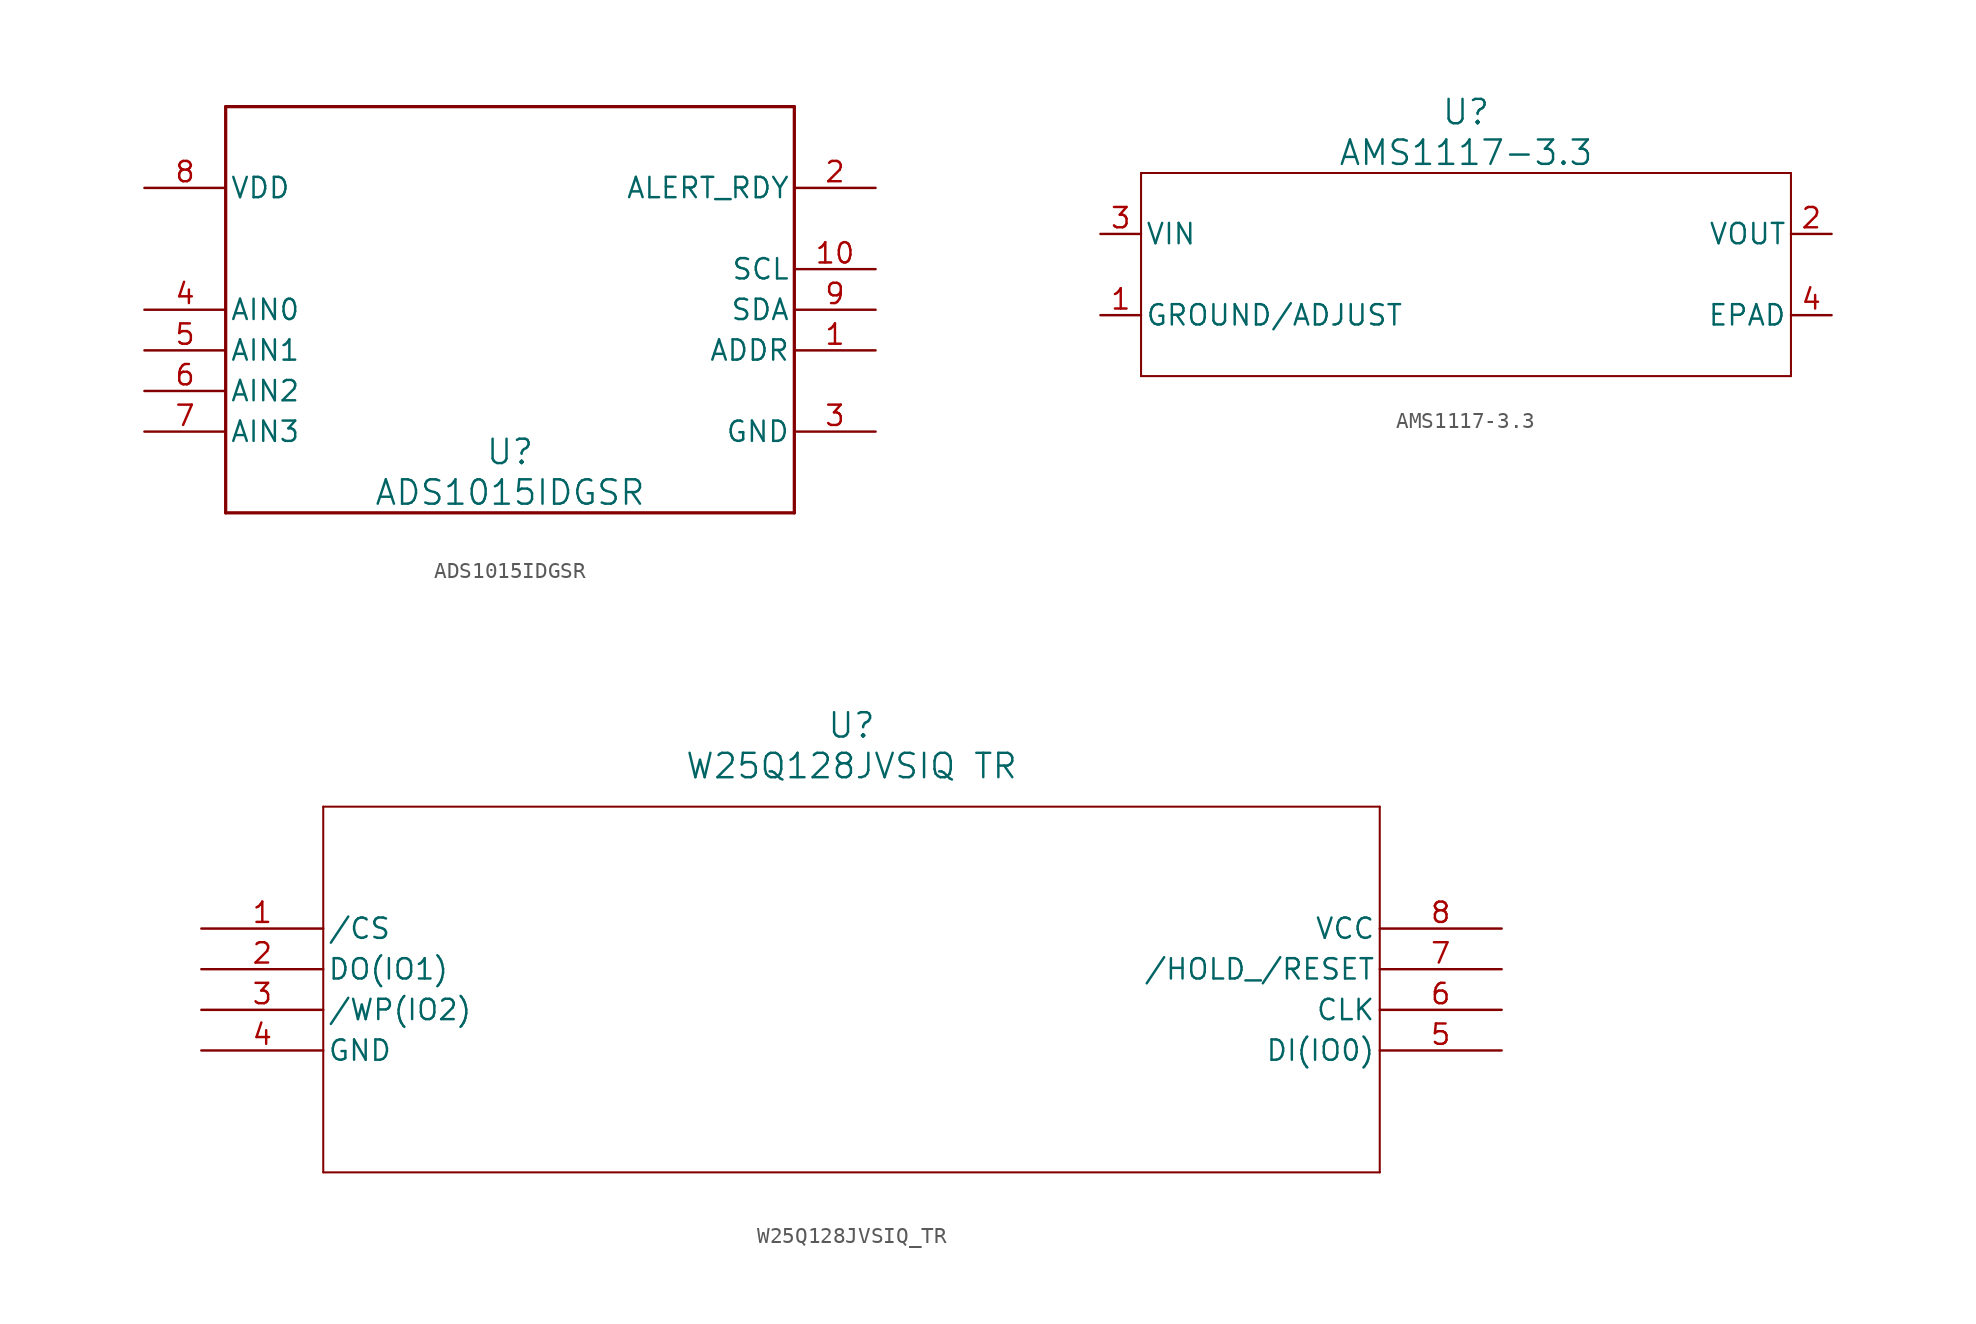
<source format=kicad_sym>
(kicad_symbol_lib
  (version 20220914)
  (generator kicad_symbol_editor)
  (symbol "ADS1015IDGSR"
    (pin_names
      (offset 0.254))
    (property "Reference" "U"
      (at 0 -8.89 0)
      (effects (font (size 1.524 1.524))))
    (property "Value" "ADS1015IDGSR"
      (at 0 -11.43 0)
      (effects (font (size 1.524 1.524))))
    (property "ki_locked" ""
      (at 0 0 0)
      (effects (font (size 1.27 1.27))))
    (symbol "ADS1015IDGSR_0_1"
      (polyline (pts (xy -17.78 -12.7) (xy 17.78 -12.7)) (stroke (width 0.203) (type default)) (fill (type none)))
      (polyline (pts (xy -17.78 12.7) (xy -17.78 -12.7)) (stroke (width 0.203) (type default)) (fill (type none)))
      (polyline (pts (xy 17.78 -12.7) (xy 17.78 12.7)) (stroke (width 0.203) (type default)) (fill (type none)))
      (polyline (pts (xy 17.78 12.7) (xy -17.78 12.7)) (stroke (width 0.203) (type default)) (fill (type none)))
      (pin input line (at 22.86 -2.54 180) (length 5.08) (name "ADDR" (effects (font (size 1.27 1.27)))) (number "1" (effects (font (size 1.27 1.27)))))
      (pin input line (at 22.86 2.54 180) (length 5.08) (name "SCL" (effects (font (size 1.27 1.27)))) (number "10" (effects (font (size 1.27 1.27)))))
      (pin output line (at 22.86 7.62 180) (length 5.08) (name "ALERT_RDY" (effects (font (size 1.27 1.27)))) (number "2" (effects (font (size 1.27 1.27)))))
      (pin power_in line (at 22.86 -7.62 180) (length 5.08) (name "GND" (effects (font (size 1.27 1.27)))) (number "3" (effects (font (size 1.27 1.27)))))
      (pin input line (at -22.86 0 0) (length 5.08) (name "AIN0" (effects (font (size 1.27 1.27)))) (number "4" (effects (font (size 1.27 1.27)))))
      (pin input line (at -22.86 -2.54 0) (length 5.08) (name "AIN1" (effects (font (size 1.27 1.27)))) (number "5" (effects (font (size 1.27 1.27)))))
      (pin input line (at -22.86 -5.08 0) (length 5.08) (name "AIN2" (effects (font (size 1.27 1.27)))) (number "6" (effects (font (size 1.27 1.27)))))
      (pin input line (at -22.86 -7.62 0) (length 5.08) (name "AIN3" (effects (font (size 1.27 1.27)))) (number "7" (effects (font (size 1.27 1.27)))))
      (pin power_in line (at -22.86 7.62 0) (length 5.08) (name "VDD" (effects (font (size 1.27 1.27)))) (number "8" (effects (font (size 1.27 1.27)))))
      (pin bidirectional line (at 22.86 0 180) (length 5.08) (name "SDA" (effects (font (size 1.27 1.27)))) (number "9" (effects (font (size 1.27 1.27)))))))
  (symbol "AMS1117-3.3"
    (pin_names
      (offset 0.254))
    (property "Reference" "U"
      (at 0 10.16 0)
      (effects (font (size 1.524 1.524))))
    (property "Value" "AMS1117-3.3"
      (at 0 7.62 0)
      (effects (font (size 1.524 1.524))))
    (property "ki_locked" ""
      (at 0 0 0)
      (effects (font (size 1.27 1.27))))
    (symbol "AMS1117-3.3_0_1"
      (polyline (pts (xy -20.32 -6.35) (xy 20.32 -6.35)) (stroke (width 0.127) (type default)) (fill (type none)))
      (polyline (pts (xy -20.32 6.35) (xy -20.32 -6.35)) (stroke (width 0.127) (type default)) (fill (type none)))
      (polyline (pts (xy 20.32 -6.35) (xy 20.32 6.35)) (stroke (width 0.127) (type default)) (fill (type none)))
      (polyline (pts (xy 20.32 6.35) (xy -20.32 6.35)) (stroke (width 0.127) (type default)) (fill (type none))))
    (symbol "AMS1117-3.3_1_1"
      (pin power_out line (at -22.86 -2.54 0) (length 2.54) (name "GROUND/ADJUST" (effects (font (size 1.27 1.27)))) (number "1" (effects (font (size 1.27 1.27)))))
      (pin output line (at 22.86 2.54 180) (length 2.54) (name "VOUT" (effects (font (size 1.27 1.27)))) (number "2" (effects (font (size 1.27 1.27)))))
      (pin input line (at -22.86 2.54 0) (length 2.54) (name "VIN" (effects (font (size 1.27 1.27)))) (number "3" (effects (font (size 1.27 1.27)))))
      (pin power_in line (at 22.86 -2.54 180) (length 2.54) (name "EPAD" (effects (font (size 1.27 1.27)))) (number "4" (effects (font (size 1.27 1.27)))))))
  (symbol "W25Q128JVSIQ_TR"
    (pin_names
      (offset 0.254))
    (property "Reference" "U"
      (at 40.64 12.7 0)
      (effects (font (size 1.524 1.524))))
    (property "Value" "W25Q128JVSIQ TR"
      (at 40.64 10.16 0)
      (effects (font (size 1.524 1.524))))
    (property "ki_locked" ""
      (at 0 0 0)
      (effects (font (size 1.27 1.27))))
    (symbol "W25Q128JVSIQ_TR_0_1"
      (polyline (pts (xy 7.62 -15.24) (xy 73.66 -15.24)) (stroke (width 0.127) (type default)) (fill (type none)))
      (polyline (pts (xy 7.62 7.62) (xy 7.62 -15.24)) (stroke (width 0.127) (type default)) (fill (type none)))
      (polyline (pts (xy 73.66 -15.24) (xy 73.66 7.62)) (stroke (width 0.127) (type default)) (fill (type none)))
      (polyline (pts (xy 73.66 7.62) (xy 7.62 7.62)) (stroke (width 0.127) (type default)) (fill (type none)))
      (pin input line (at 0 0 0) (length 7.62) (name "/CS" (effects (font (size 1.27 1.27)))) (number "1" (effects (font (size 1.27 1.27)))))
      (pin bidirectional line (at 0 -2.54 0) (length 7.62) (name "DO(IO1)" (effects (font (size 1.27 1.27)))) (number "2" (effects (font (size 1.27 1.27)))))
      (pin bidirectional line (at 0 -5.08 0) (length 7.62) (name "/WP(IO2)" (effects (font (size 1.27 1.27)))) (number "3" (effects (font (size 1.27 1.27)))))
      (pin power_out line (at 0 -7.62 0) (length 7.62) (name "GND" (effects (font (size 1.27 1.27)))) (number "4" (effects (font (size 1.27 1.27)))))
      (pin bidirectional line (at 81.28 -7.62 180) (length 7.62) (name "DI(IO0)" (effects (font (size 1.27 1.27)))) (number "5" (effects (font (size 1.27 1.27)))))
      (pin input line (at 81.28 -5.08 180) (length 7.62) (name "CLK" (effects (font (size 1.27 1.27)))) (number "6" (effects (font (size 1.27 1.27)))))
      (pin bidirectional line (at 81.28 -2.54 180) (length 7.62) (name "/HOLD_/RESET" (effects (font (size 1.27 1.27)))) (number "7" (effects (font (size 1.27 1.27)))))
      (pin power_in line (at 81.28 0 180) (length 7.62) (name "VCC" (effects (font (size 1.27 1.27)))) (number "8" (effects (font (size 1.27 1.27))))))))
</source>
